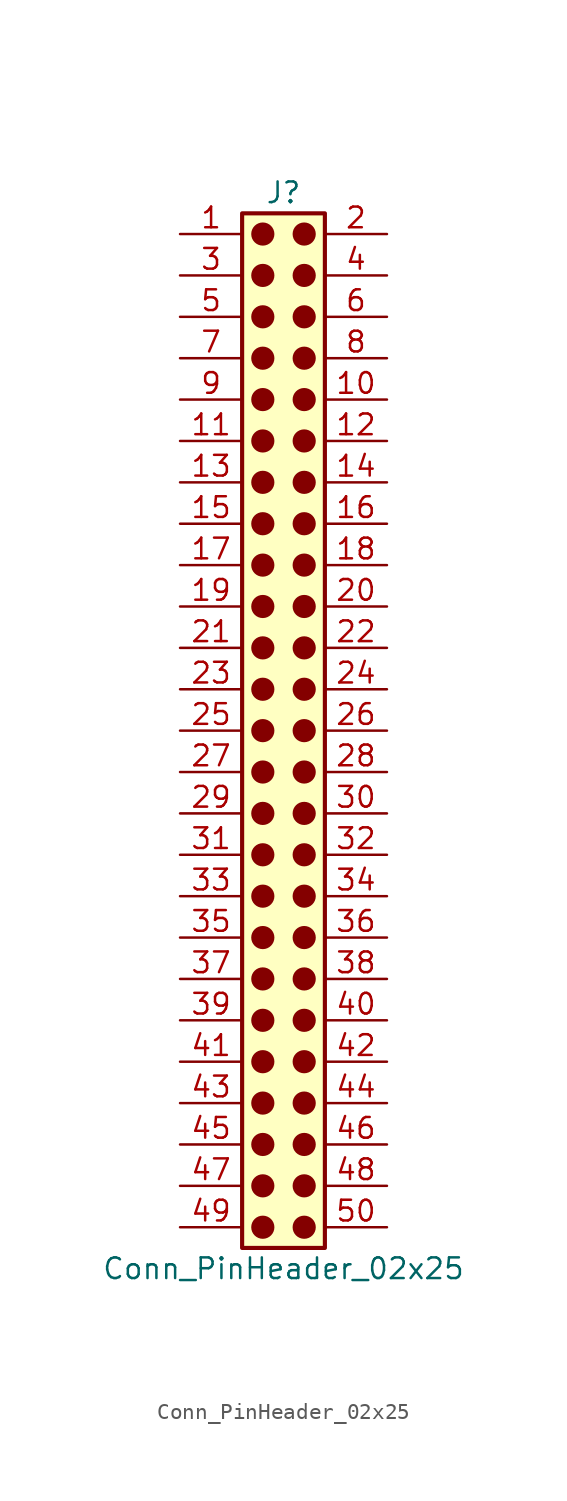
<source format=kicad_sym>
(kicad_symbol_lib
  (version 20241209)
  (generator "kicad_symbol_editor")
  (generator_version "9.0")
  (symbol "Conn_PinHeader_02x25"
    (pin_names
      (offset 1.016)
      (hide yes))
    (property "Reference" "J"
      (at 1.27 33.02 0)
      (effects (font (size 1.27 1.27))))
    (property "Value" "Conn_PinHeader_02x25"
      (at 1.27 -33.02 0)
      (effects (font (size 1.27 1.27))))
    (symbol "Conn_PinHeader_02x25_1_1"
      (rectangle (start -1.27 31.75) (end 3.81 -31.75) (stroke (width 0.254) (type default)) (fill (type background)))
      (circle (center 0 30.48) (radius 0.635) (stroke (width 0) (type solid) (color 132 0 0 1)) (fill (type outline)))
      (circle (center 0 27.94) (radius 0.635) (stroke (width 0) (type solid) (color 132 0 0 1)) (fill (type outline)))
      (circle (center 0 25.4) (radius 0.635) (stroke (width 0) (type solid) (color 132 0 0 1)) (fill (type outline)))
      (circle (center 0 22.86) (radius 0.635) (stroke (width 0) (type solid) (color 132 0 0 1)) (fill (type outline)))
      (circle (center 0 20.32) (radius 0.635) (stroke (width 0) (type solid) (color 132 0 0 1)) (fill (type outline)))
      (circle (center 0 17.78) (radius 0.635) (stroke (width 0) (type solid) (color 132 0 0 1)) (fill (type outline)))
      (circle (center 0 15.24) (radius 0.635) (stroke (width 0) (type solid) (color 132 0 0 1)) (fill (type outline)))
      (circle (center 0 12.7) (radius 0.635) (stroke (width 0) (type solid) (color 132 0 0 1)) (fill (type outline)))
      (circle (center 0 10.16) (radius 0.635) (stroke (width 0) (type solid) (color 132 0 0 1)) (fill (type outline)))
      (circle (center 0 7.62) (radius 0.635) (stroke (width 0) (type solid) (color 132 0 0 1)) (fill (type outline)))
      (circle (center 0 5.08) (radius 0.635) (stroke (width 0) (type solid) (color 132 0 0 1)) (fill (type outline)))
      (circle (center 0 2.54) (radius 0.635) (stroke (width 0) (type solid) (color 132 0 0 1)) (fill (type outline)))
      (circle (center 0 0) (radius 0.635) (stroke (width 0) (type solid) (color 132 0 0 1)) (fill (type outline)))
      (circle (center 0 -2.54) (radius 0.635) (stroke (width 0) (type solid) (color 132 0 0 1)) (fill (type outline)))
      (circle (center 0 -5.08) (radius 0.635) (stroke (width 0) (type solid) (color 132 0 0 1)) (fill (type outline)))
      (circle (center 0 -7.62) (radius 0.635) (stroke (width 0) (type solid) (color 132 0 0 1)) (fill (type outline)))
      (circle (center 0 -10.16) (radius 0.635) (stroke (width 0) (type solid) (color 132 0 0 1)) (fill (type outline)))
      (circle (center 0 -12.7) (radius 0.635) (stroke (width 0) (type solid) (color 132 0 0 1)) (fill (type outline)))
      (circle (center 0 -15.24) (radius 0.635) (stroke (width 0) (type solid) (color 132 0 0 1)) (fill (type outline)))
      (circle (center 0 -17.78) (radius 0.635) (stroke (width 0) (type solid) (color 132 0 0 1)) (fill (type outline)))
      (circle (center 0 -20.32) (radius 0.635) (stroke (width 0) (type solid) (color 132 0 0 1)) (fill (type outline)))
      (circle (center 0 -22.86) (radius 0.635) (stroke (width 0) (type solid) (color 132 0 0 1)) (fill (type outline)))
      (circle (center 0 -25.4) (radius 0.635) (stroke (width 0) (type solid) (color 132 0 0 1)) (fill (type outline)))
      (circle (center 0 -27.94) (radius 0.635) (stroke (width 0) (type solid) (color 132 0 0 1)) (fill (type outline)))
      (circle (center 0 -30.48) (radius 0.635) (stroke (width 0) (type solid) (color 132 0 0 1)) (fill (type outline)))
      (circle (center 2.54 30.48) (radius 0.635) (stroke (width 0) (type solid) (color 132 0 0 1)) (fill (type outline)))
      (circle (center 2.54 27.94) (radius 0.635) (stroke (width 0) (type solid) (color 132 0 0 1)) (fill (type outline)))
      (circle (center 2.54 25.4) (radius 0.635) (stroke (width 0) (type solid) (color 132 0 0 1)) (fill (type outline)))
      (circle (center 2.54 22.86) (radius 0.635) (stroke (width 0) (type solid) (color 132 0 0 1)) (fill (type outline)))
      (circle (center 2.54 20.32) (radius 0.635) (stroke (width 0) (type solid) (color 132 0 0 1)) (fill (type outline)))
      (circle (center 2.54 17.78) (radius 0.635) (stroke (width 0) (type solid) (color 132 0 0 1)) (fill (type outline)))
      (circle (center 2.54 15.24) (radius 0.635) (stroke (width 0) (type solid) (color 132 0 0 1)) (fill (type outline)))
      (circle (center 2.54 12.7) (radius 0.635) (stroke (width 0) (type solid) (color 132 0 0 1)) (fill (type outline)))
      (circle (center 2.54 10.16) (radius 0.635) (stroke (width 0) (type solid) (color 132 0 0 1)) (fill (type outline)))
      (circle (center 2.54 7.62) (radius 0.635) (stroke (width 0) (type solid) (color 132 0 0 1)) (fill (type outline)))
      (circle (center 2.54 5.08) (radius 0.635) (stroke (width 0) (type solid) (color 132 0 0 1)) (fill (type outline)))
      (circle (center 2.54 2.54) (radius 0.635) (stroke (width 0) (type solid) (color 132 0 0 1)) (fill (type outline)))
      (circle (center 2.54 0) (radius 0.635) (stroke (width 0) (type solid) (color 132 0 0 1)) (fill (type outline)))
      (circle (center 2.54 -2.54) (radius 0.635) (stroke (width 0) (type solid) (color 132 0 0 1)) (fill (type outline)))
      (circle (center 2.54 -5.08) (radius 0.635) (stroke (width 0) (type solid) (color 132 0 0 1)) (fill (type outline)))
      (circle (center 2.54 -7.62) (radius 0.635) (stroke (width 0) (type solid) (color 132 0 0 1)) (fill (type outline)))
      (circle (center 2.54 -10.16) (radius 0.635) (stroke (width 0) (type solid) (color 132 0 0 1)) (fill (type outline)))
      (circle (center 2.54 -12.7) (radius 0.635) (stroke (width 0) (type solid) (color 132 0 0 1)) (fill (type outline)))
      (circle (center 2.54 -15.24) (radius 0.635) (stroke (width 0) (type solid) (color 132 0 0 1)) (fill (type outline)))
      (circle (center 2.54 -17.78) (radius 0.635) (stroke (width 0) (type solid) (color 132 0 0 1)) (fill (type outline)))
      (circle (center 2.54 -20.32) (radius 0.635) (stroke (width 0) (type solid) (color 132 0 0 1)) (fill (type outline)))
      (circle (center 2.54 -22.86) (radius 0.635) (stroke (width 0) (type solid) (color 132 0 0 1)) (fill (type outline)))
      (circle (center 2.54 -25.4) (radius 0.635) (stroke (width 0) (type solid) (color 132 0 0 1)) (fill (type outline)))
      (circle (center 2.54 -27.94) (radius 0.635) (stroke (width 0) (type solid) (color 132 0 0 1)) (fill (type outline)))
      (circle (center 2.54 -30.48) (radius 0.635) (stroke (width 0) (type solid) (color 132 0 0 1)) (fill (type outline)))
      (pin passive line (at -5.08 30.48 0) (length 3.81) (name "Pin_1" (effects (font (size 1.27 1.27)))) (number "1" (effects (font (size 1.27 1.27)))))
      (pin passive line (at -5.08 27.94 0) (length 3.81) (name "Pin_3" (effects (font (size 1.27 1.27)))) (number "3" (effects (font (size 1.27 1.27)))))
      (pin passive line (at -5.08 25.4 0) (length 3.81) (name "Pin_5" (effects (font (size 1.27 1.27)))) (number "5" (effects (font (size 1.27 1.27)))))
      (pin passive line (at -5.08 22.86 0) (length 3.81) (name "Pin_7" (effects (font (size 1.27 1.27)))) (number "7" (effects (font (size 1.27 1.27)))))
      (pin passive line (at -5.08 20.32 0) (length 3.81) (name "Pin_9" (effects (font (size 1.27 1.27)))) (number "9" (effects (font (size 1.27 1.27)))))
      (pin passive line (at -5.08 17.78 0) (length 3.81) (name "Pin_11" (effects (font (size 1.27 1.27)))) (number "11" (effects (font (size 1.27 1.27)))))
      (pin passive line (at -5.08 15.24 0) (length 3.81) (name "Pin_13" (effects (font (size 1.27 1.27)))) (number "13" (effects (font (size 1.27 1.27)))))
      (pin passive line (at -5.08 12.7 0) (length 3.81) (name "Pin_15" (effects (font (size 1.27 1.27)))) (number "15" (effects (font (size 1.27 1.27)))))
      (pin passive line (at -5.08 10.16 0) (length 3.81) (name "Pin_17" (effects (font (size 1.27 1.27)))) (number "17" (effects (font (size 1.27 1.27)))))
      (pin passive line (at -5.08 7.62 0) (length 3.81) (name "Pin_19" (effects (font (size 1.27 1.27)))) (number "19" (effects (font (size 1.27 1.27)))))
      (pin passive line (at -5.08 5.08 0) (length 3.81) (name "Pin_21" (effects (font (size 1.27 1.27)))) (number "21" (effects (font (size 1.27 1.27)))))
      (pin passive line (at -5.08 2.54 0) (length 3.81) (name "Pin_23" (effects (font (size 1.27 1.27)))) (number "23" (effects (font (size 1.27 1.27)))))
      (pin passive line (at -5.08 0 0) (length 3.81) (name "Pin_25" (effects (font (size 1.27 1.27)))) (number "25" (effects (font (size 1.27 1.27)))))
      (pin passive line (at -5.08 -2.54 0) (length 3.81) (name "Pin_27" (effects (font (size 1.27 1.27)))) (number "27" (effects (font (size 1.27 1.27)))))
      (pin passive line (at -5.08 -5.08 0) (length 3.81) (name "Pin_29" (effects (font (size 1.27 1.27)))) (number "29" (effects (font (size 1.27 1.27)))))
      (pin passive line (at -5.08 -7.62 0) (length 3.81) (name "Pin_31" (effects (font (size 1.27 1.27)))) (number "31" (effects (font (size 1.27 1.27)))))
      (pin passive line (at -5.08 -10.16 0) (length 3.81) (name "Pin_33" (effects (font (size 1.27 1.27)))) (number "33" (effects (font (size 1.27 1.27)))))
      (pin passive line (at -5.08 -12.7 0) (length 3.81) (name "Pin_35" (effects (font (size 1.27 1.27)))) (number "35" (effects (font (size 1.27 1.27)))))
      (pin passive line (at -5.08 -15.24 0) (length 3.81) (name "Pin_37" (effects (font (size 1.27 1.27)))) (number "37" (effects (font (size 1.27 1.27)))))
      (pin passive line (at -5.08 -17.78 0) (length 3.81) (name "Pin_39" (effects (font (size 1.27 1.27)))) (number "39" (effects (font (size 1.27 1.27)))))
      (pin passive line (at -5.08 -20.32 0) (length 3.81) (name "Pin_41" (effects (font (size 1.27 1.27)))) (number "41" (effects (font (size 1.27 1.27)))))
      (pin passive line (at -5.08 -22.86 0) (length 3.81) (name "Pin_43" (effects (font (size 1.27 1.27)))) (number "43" (effects (font (size 1.27 1.27)))))
      (pin passive line (at -5.08 -25.4 0) (length 3.81) (name "Pin_45" (effects (font (size 1.27 1.27)))) (number "45" (effects (font (size 1.27 1.27)))))
      (pin passive line (at -5.08 -27.94 0) (length 3.81) (name "Pin_47" (effects (font (size 1.27 1.27)))) (number "47" (effects (font (size 1.27 1.27)))))
      (pin passive line (at -5.08 -30.48 0) (length 3.81) (name "Pin_49" (effects (font (size 1.27 1.27)))) (number "49" (effects (font (size 1.27 1.27)))))
      (pin passive line (at 7.62 30.48 180) (length 3.81) (name "Pin_2" (effects (font (size 1.27 1.27)))) (number "2" (effects (font (size 1.27 1.27)))))
      (pin passive line (at 7.62 27.94 180) (length 3.81) (name "Pin_4" (effects (font (size 1.27 1.27)))) (number "4" (effects (font (size 1.27 1.27)))))
      (pin passive line (at 7.62 25.4 180) (length 3.81) (name "Pin_6" (effects (font (size 1.27 1.27)))) (number "6" (effects (font (size 1.27 1.27)))))
      (pin passive line (at 7.62 22.86 180) (length 3.81) (name "Pin_8" (effects (font (size 1.27 1.27)))) (number "8" (effects (font (size 1.27 1.27)))))
      (pin passive line (at 7.62 20.32 180) (length 3.81) (name "Pin_10" (effects (font (size 1.27 1.27)))) (number "10" (effects (font (size 1.27 1.27)))))
      (pin passive line (at 7.62 17.78 180) (length 3.81) (name "Pin_12" (effects (font (size 1.27 1.27)))) (number "12" (effects (font (size 1.27 1.27)))))
      (pin passive line (at 7.62 15.24 180) (length 3.81) (name "Pin_14" (effects (font (size 1.27 1.27)))) (number "14" (effects (font (size 1.27 1.27)))))
      (pin passive line (at 7.62 12.7 180) (length 3.81) (name "Pin_16" (effects (font (size 1.27 1.27)))) (number "16" (effects (font (size 1.27 1.27)))))
      (pin passive line (at 7.62 10.16 180) (length 3.81) (name "Pin_18" (effects (font (size 1.27 1.27)))) (number "18" (effects (font (size 1.27 1.27)))))
      (pin passive line (at 7.62 7.62 180) (length 3.81) (name "Pin_20" (effects (font (size 1.27 1.27)))) (number "20" (effects (font (size 1.27 1.27)))))
      (pin passive line (at 7.62 5.08 180) (length 3.81) (name "Pin_22" (effects (font (size 1.27 1.27)))) (number "22" (effects (font (size 1.27 1.27)))))
      (pin passive line (at 7.62 2.54 180) (length 3.81) (name "Pin_24" (effects (font (size 1.27 1.27)))) (number "24" (effects (font (size 1.27 1.27)))))
      (pin passive line (at 7.62 0 180) (length 3.81) (name "Pin_26" (effects (font (size 1.27 1.27)))) (number "26" (effects (font (size 1.27 1.27)))))
      (pin passive line (at 7.62 -2.54 180) (length 3.81) (name "Pin_28" (effects (font (size 1.27 1.27)))) (number "28" (effects (font (size 1.27 1.27)))))
      (pin passive line (at 7.62 -5.08 180) (length 3.81) (name "Pin_30" (effects (font (size 1.27 1.27)))) (number "30" (effects (font (size 1.27 1.27)))))
      (pin passive line (at 7.62 -7.62 180) (length 3.81) (name "Pin_32" (effects (font (size 1.27 1.27)))) (number "32" (effects (font (size 1.27 1.27)))))
      (pin passive line (at 7.62 -10.16 180) (length 3.81) (name "Pin_34" (effects (font (size 1.27 1.27)))) (number "34" (effects (font (size 1.27 1.27)))))
      (pin passive line (at 7.62 -12.7 180) (length 3.81) (name "Pin_36" (effects (font (size 1.27 1.27)))) (number "36" (effects (font (size 1.27 1.27)))))
      (pin passive line (at 7.62 -15.24 180) (length 3.81) (name "Pin_38" (effects (font (size 1.27 1.27)))) (number "38" (effects (font (size 1.27 1.27)))))
      (pin passive line (at 7.62 -17.78 180) (length 3.81) (name "Pin_40" (effects (font (size 1.27 1.27)))) (number "40" (effects (font (size 1.27 1.27)))))
      (pin passive line (at 7.62 -20.32 180) (length 3.81) (name "Pin_42" (effects (font (size 1.27 1.27)))) (number "42" (effects (font (size 1.27 1.27)))))
      (pin passive line (at 7.62 -22.86 180) (length 3.81) (name "Pin_44" (effects (font (size 1.27 1.27)))) (number "44" (effects (font (size 1.27 1.27)))))
      (pin passive line (at 7.62 -25.4 180) (length 3.81) (name "Pin_46" (effects (font (size 1.27 1.27)))) (number "46" (effects (font (size 1.27 1.27)))))
      (pin passive line (at 7.62 -27.94 180) (length 3.81) (name "Pin_48" (effects (font (size 1.27 1.27)))) (number "48" (effects (font (size 1.27 1.27)))))
      (pin passive line (at 7.62 -30.48 180) (length 3.81) (name "Pin_50" (effects (font (size 1.27 1.27)))) (number "50" (effects (font (size 1.27 1.27))))))))
</source>
